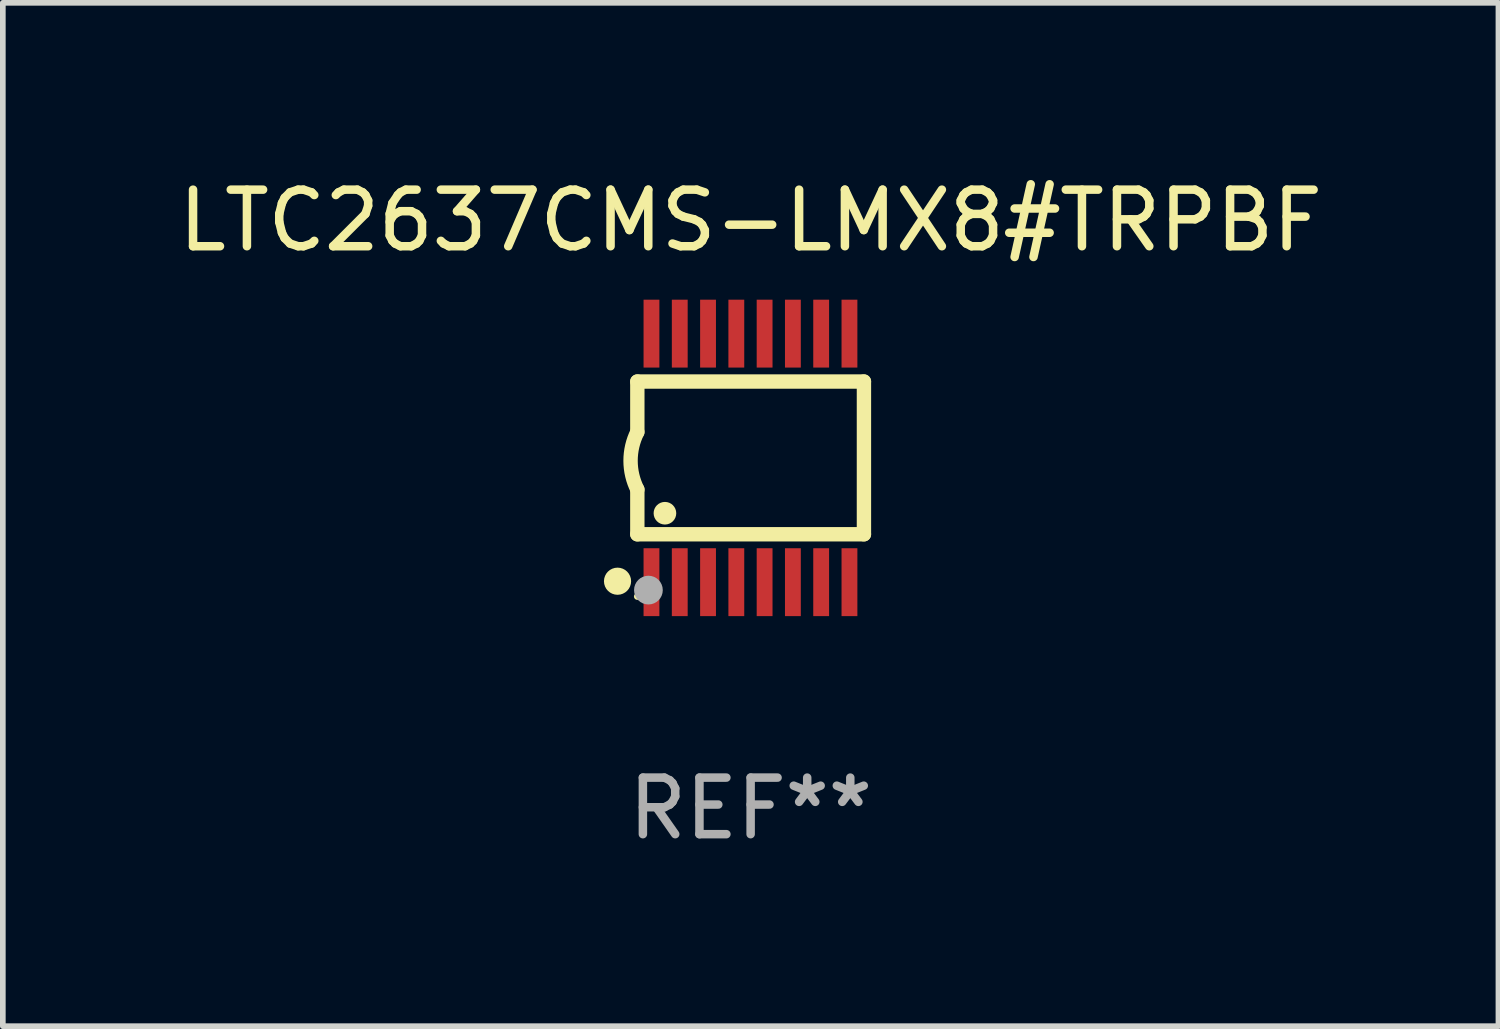
<source format=kicad_pcb>
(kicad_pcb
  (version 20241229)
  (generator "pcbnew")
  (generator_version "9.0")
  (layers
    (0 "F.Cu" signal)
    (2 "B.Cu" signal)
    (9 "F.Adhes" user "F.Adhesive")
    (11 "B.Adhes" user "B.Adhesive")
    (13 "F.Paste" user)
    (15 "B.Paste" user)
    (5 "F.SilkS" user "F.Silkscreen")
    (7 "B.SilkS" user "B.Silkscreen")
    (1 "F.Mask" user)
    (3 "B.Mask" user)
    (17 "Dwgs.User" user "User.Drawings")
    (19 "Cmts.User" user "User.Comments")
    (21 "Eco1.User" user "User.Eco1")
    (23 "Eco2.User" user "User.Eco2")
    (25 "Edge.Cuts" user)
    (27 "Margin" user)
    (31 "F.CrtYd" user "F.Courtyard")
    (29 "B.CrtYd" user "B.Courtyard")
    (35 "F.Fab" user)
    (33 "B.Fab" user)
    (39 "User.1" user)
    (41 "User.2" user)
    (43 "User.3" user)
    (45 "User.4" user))
  (footprint "LTC2637CMS-LMX8#TRPBF"
    (layer "F.Cu")
    (at 10.22 5.045)
    (property "Reference" "LTC2637CMS-LMX8#TRPBF" (at 0 -4.197 0) (layer "F.SilkS") (effects (font (size 1 1) (thickness 0.15))))
    (attr through_hole)
    (fp_line (start -2.003 -1.35) (end -2.003 -0.457) (stroke (width 0.254) (type solid)) (layer "F.SilkS"))
    (fp_line (start -2.003 -1.35) (end 2.003 -1.35) (stroke (width 0.254) (type solid)) (layer "F.SilkS"))
    (fp_line (start -2.003 1.35) (end -2.003 0.559) (stroke (width 0.254) (type solid)) (layer "F.SilkS"))
    (fp_line (start -2.003 1.35) (end 2.003 1.35) (stroke (width 0.254) (type solid)) (layer "F.SilkS"))
    (fp_line (start 2.003 -1.35) (end 2.003 1.35) (stroke (width 0.254) (type solid)) (layer "F.SilkS"))
    (fp_arc (start -2.002286 0.558802) (mid -2.122556 0.05092) (end -2.003302 -0.457201) (stroke (width 0.254001) (type solid)) (layer "F.SilkS"))
    (fp_circle (center -2.353 2.18) (end -2.233 2.18) (stroke (width 0.24) (type solid)) (fill no) (layer "F.SilkS"))
    (fp_circle (center -2.003 2.45) (end -1.973 2.45) (stroke (width 0.06) (type solid)) (fill no) (layer "F.SilkS"))
    (fp_circle (center -1.515 0.978) (end -1.415 0.978) (stroke (width 0.2) (type solid)) (fill no) (layer "F.SilkS"))
    (fp_circle (center -1.807 2.337) (end -1.68 2.337) (stroke (width 0.254) (type solid)) (fill no) (layer "F.Fab"))
    (fp_text user "REF**" (at 0 6.197 0) (layer "F.Fab") (effects (font (size 1 1) (thickness 0.15))))
    (pad "1" smd rect (at -1.753 2.197 90) (size 1.2 0.28) (layers "F.Cu" "F.Mask" "F.Paste"))
    (pad "2" smd rect (at -1.253 2.197 90) (size 1.2 0.28) (layers "F.Cu" "F.Mask" "F.Paste"))
    (pad "3" smd rect (at -0.753 2.197 90) (size 1.2 0.28) (layers "F.Cu" "F.Mask" "F.Paste"))
    (pad "4" smd rect (at -0.253 2.197 90) (size 1.2 0.28) (layers "F.Cu" "F.Mask" "F.Paste"))
    (pad "5" smd rect (at 0.247 2.197 90) (size 1.2 0.28) (layers "F.Cu" "F.Mask" "F.Paste"))
    (pad "6" smd rect (at 0.747 2.197 90) (size 1.2 0.28) (layers "F.Cu" "F.Mask" "F.Paste"))
    (pad "7" smd rect (at 1.247 2.197 90) (size 1.2 0.28) (layers "F.Cu" "F.Mask" "F.Paste"))
    (pad "8" smd rect (at 1.747 2.197 90) (size 1.2 0.28) (layers "F.Cu" "F.Mask" "F.Paste"))
    (pad "9" smd rect (at 1.747 -2.197 90) (size 1.2 0.28) (layers "F.Cu" "F.Mask" "F.Paste"))
    (pad "10" smd rect (at 1.247 -2.197 90) (size 1.2 0.28) (layers "F.Cu" "F.Mask" "F.Paste"))
    (pad "11" smd rect (at 0.747 -2.197 90) (size 1.2 0.28) (layers "F.Cu" "F.Mask" "F.Paste"))
    (pad "12" smd rect (at 0.247 -2.197 90) (size 1.2 0.28) (layers "F.Cu" "F.Mask" "F.Paste"))
    (pad "13" smd rect (at -0.253 -2.197 90) (size 1.2 0.28) (layers "F.Cu" "F.Mask" "F.Paste"))
    (pad "14" smd rect (at -0.753 -2.197 90) (size 1.2 0.28) (layers "F.Cu" "F.Mask" "F.Paste"))
    (pad "15" smd rect (at -1.253 -2.197 90) (size 1.2 0.28) (layers "F.Cu" "F.Mask" "F.Paste"))
    (pad "16" smd rect (at -1.753 -2.197 90) (size 1.2 0.28) (layers "F.Cu" "F.Mask" "F.Paste")))
  (gr_rect
    (start -3 -3)
    (end 23.44 15.091)
    (stroke (width 0.1) (type default))
    (fill no)
    (layer "Edge.Cuts")))
</source>
